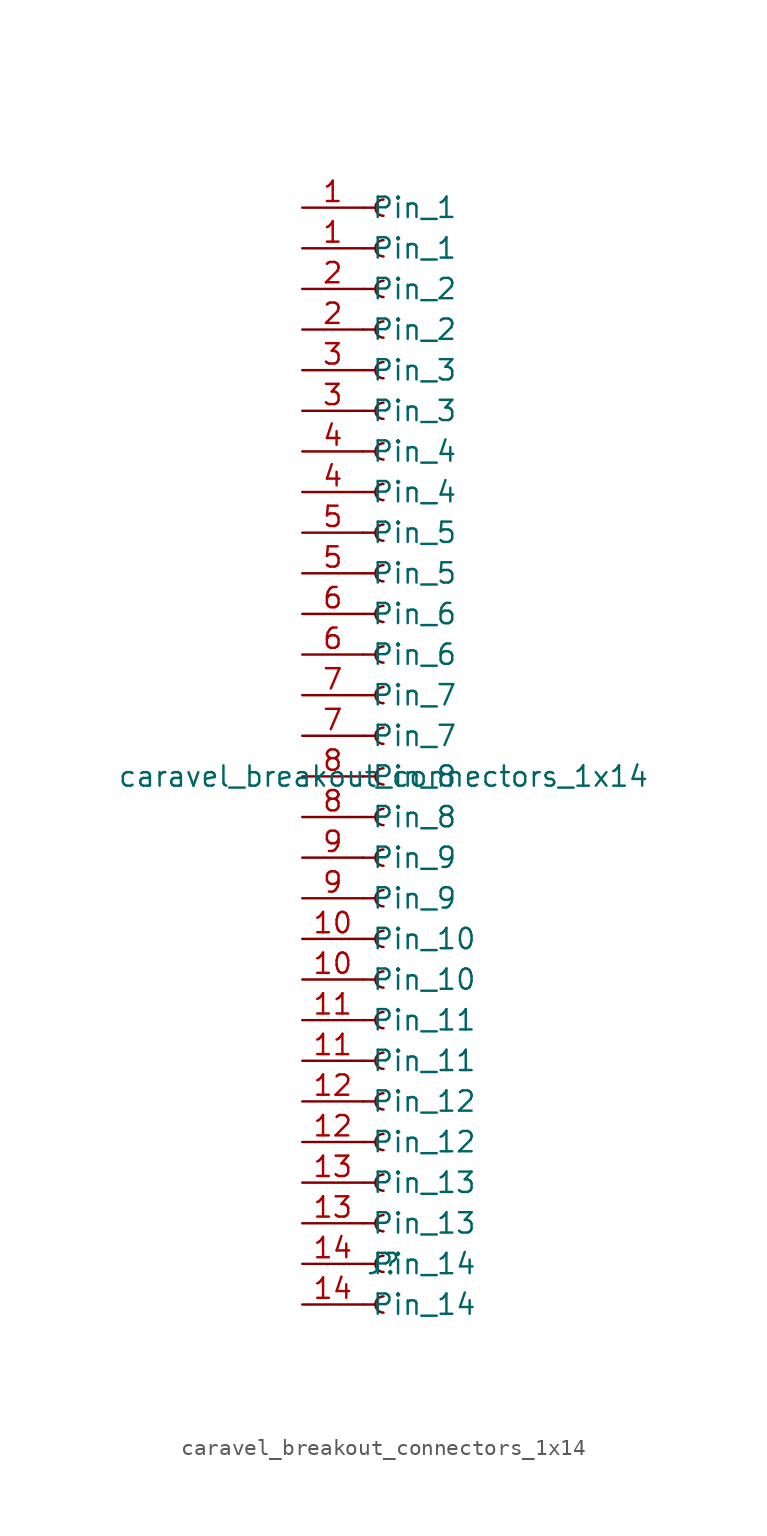
<source format=kicad_sym>
(kicad_symbol_lib
  (version 20211014)
  (generator kicad_symbol_editor)
  (symbol "caravel_breakout_connectors_1x14"
    (property "Reference" "J"
      (at 0 -30.48 0)
      (effects (font (size 1.27 1.27))))
    (property "Value" "caravel_breakout_connectors_1x14"
      (at 0 0 0)
      (effects (font (size 1.27 1.27))))
    (symbol "caravel_breakout_connectors_1x14_1_1"
      (arc (start 0 -32.512) (mid -0.508 -33.02) (end 0 -33.528) (stroke (width 0.1524) (type default) (color 0 0 0 0)) (fill (type none)))
      (arc (start 0 -29.972) (mid -0.508 -30.48) (end 0 -30.988) (stroke (width 0.1524) (type default) (color 0 0 0 0)) (fill (type none)))
      (arc (start 0 -27.432) (mid -0.508 -27.94) (end 0 -28.448) (stroke (width 0.1524) (type default) (color 0 0 0 0)) (fill (type none)))
      (arc (start 0 -24.892) (mid -0.508 -25.4) (end 0 -25.908) (stroke (width 0.1524) (type default) (color 0 0 0 0)) (fill (type none)))
      (arc (start 0 -22.352) (mid -0.508 -22.86) (end 0 -23.368) (stroke (width 0.1524) (type default) (color 0 0 0 0)) (fill (type none)))
      (arc (start 0 -19.812) (mid -0.508 -20.32) (end 0 -20.828) (stroke (width 0.1524) (type default) (color 0 0 0 0)) (fill (type none)))
      (arc (start 0 -17.272) (mid -0.508 -17.78) (end 0 -18.288) (stroke (width 0.1524) (type default) (color 0 0 0 0)) (fill (type none)))
      (arc (start 0 -14.732) (mid -0.508 -15.24) (end 0 -15.748) (stroke (width 0.1524) (type default) (color 0 0 0 0)) (fill (type none)))
      (arc (start 0 -12.192) (mid -0.508 -12.7) (end 0 -13.208) (stroke (width 0.1524) (type default) (color 0 0 0 0)) (fill (type none)))
      (arc (start 0 -9.652) (mid -0.508 -10.16) (end 0 -10.668) (stroke (width 0.1524) (type default) (color 0 0 0 0)) (fill (type none)))
      (arc (start 0 -7.112) (mid -0.508 -7.62) (end 0 -8.128) (stroke (width 0.1524) (type default) (color 0 0 0 0)) (fill (type none)))
      (arc (start 0 -4.572) (mid -0.508 -5.08) (end 0 -5.588) (stroke (width 0.1524) (type default) (color 0 0 0 0)) (fill (type none)))
      (arc (start 0 -2.032) (mid -0.508 -2.54) (end 0 -3.048) (stroke (width 0.1524) (type default) (color 0 0 0 0)) (fill (type none)))
      (polyline (pts (xy -1.27 -33.02) (xy -0.508 -33.02)) (stroke (width 0.152) (type default) (color 0 0 0 0)) (fill (type none)))
      (polyline (pts (xy -1.27 -30.48) (xy -0.508 -30.48)) (stroke (width 0.152) (type default) (color 0 0 0 0)) (fill (type none)))
      (polyline (pts (xy -1.27 -27.94) (xy -0.508 -27.94)) (stroke (width 0.152) (type default) (color 0 0 0 0)) (fill (type none)))
      (polyline (pts (xy -1.27 -25.4) (xy -0.508 -25.4)) (stroke (width 0.152) (type default) (color 0 0 0 0)) (fill (type none)))
      (polyline (pts (xy -1.27 -22.86) (xy -0.508 -22.86)) (stroke (width 0.152) (type default) (color 0 0 0 0)) (fill (type none)))
      (polyline (pts (xy -1.27 -20.32) (xy -0.508 -20.32)) (stroke (width 0.152) (type default) (color 0 0 0 0)) (fill (type none)))
      (polyline (pts (xy -1.27 -17.78) (xy -0.508 -17.78)) (stroke (width 0.152) (type default) (color 0 0 0 0)) (fill (type none)))
      (polyline (pts (xy -1.27 -15.24) (xy -0.508 -15.24)) (stroke (width 0.152) (type default) (color 0 0 0 0)) (fill (type none)))
      (polyline (pts (xy -1.27 -12.7) (xy -0.508 -12.7)) (stroke (width 0.152) (type default) (color 0 0 0 0)) (fill (type none)))
      (polyline (pts (xy -1.27 -10.16) (xy -0.508 -10.16)) (stroke (width 0.152) (type default) (color 0 0 0 0)) (fill (type none)))
      (polyline (pts (xy -1.27 -7.62) (xy -0.508 -7.62)) (stroke (width 0.152) (type default) (color 0 0 0 0)) (fill (type none)))
      (polyline (pts (xy -1.27 -5.08) (xy -0.508 -5.08)) (stroke (width 0.152) (type default) (color 0 0 0 0)) (fill (type none)))
      (polyline (pts (xy -1.27 -2.54) (xy -0.508 -2.54)) (stroke (width 0.152) (type default) (color 0 0 0 0)) (fill (type none)))
      (polyline (pts (xy -1.27 0) (xy -0.508 0)) (stroke (width 0.152) (type default) (color 0 0 0 0)) (fill (type none)))
      (polyline (pts (xy -1.27 2.54) (xy -0.508 2.54)) (stroke (width 0.152) (type default) (color 0 0 0 0)) (fill (type none)))
      (polyline (pts (xy -1.27 5.08) (xy -0.508 5.08)) (stroke (width 0.152) (type default) (color 0 0 0 0)) (fill (type none)))
      (polyline (pts (xy -1.27 7.62) (xy -0.508 7.62)) (stroke (width 0.152) (type default) (color 0 0 0 0)) (fill (type none)))
      (polyline (pts (xy -1.27 10.16) (xy -0.508 10.16)) (stroke (width 0.152) (type default) (color 0 0 0 0)) (fill (type none)))
      (polyline (pts (xy -1.27 12.7) (xy -0.508 12.7)) (stroke (width 0.152) (type default) (color 0 0 0 0)) (fill (type none)))
      (polyline (pts (xy -1.27 15.24) (xy -0.508 15.24)) (stroke (width 0.152) (type default) (color 0 0 0 0)) (fill (type none)))
      (polyline (pts (xy -1.27 17.78) (xy -0.508 17.78)) (stroke (width 0.152) (type default) (color 0 0 0 0)) (fill (type none)))
      (polyline (pts (xy -1.27 20.32) (xy -0.508 20.32)) (stroke (width 0.152) (type default) (color 0 0 0 0)) (fill (type none)))
      (polyline (pts (xy -1.27 22.86) (xy -0.508 22.86)) (stroke (width 0.152) (type default) (color 0 0 0 0)) (fill (type none)))
      (polyline (pts (xy -1.27 25.4) (xy -0.508 25.4)) (stroke (width 0.152) (type default) (color 0 0 0 0)) (fill (type none)))
      (polyline (pts (xy -1.27 27.94) (xy -0.508 27.94)) (stroke (width 0.152) (type default) (color 0 0 0 0)) (fill (type none)))
      (polyline (pts (xy -1.27 30.48) (xy -0.508 30.48)) (stroke (width 0.152) (type default) (color 0 0 0 0)) (fill (type none)))
      (polyline (pts (xy -1.27 33.02) (xy -0.508 33.02)) (stroke (width 0.152) (type default) (color 0 0 0 0)) (fill (type none)))
      (polyline (pts (xy -1.27 35.56) (xy -0.508 35.56)) (stroke (width 0.152) (type default) (color 0 0 0 0)) (fill (type none)))
      (arc (start 0 0.508) (mid -0.508 0) (end 0 -0.508) (stroke (width 0.1524) (type default) (color 0 0 0 0)) (fill (type none)))
      (arc (start 0 3.048) (mid -0.508 2.54) (end 0 2.032) (stroke (width 0.1524) (type default) (color 0 0 0 0)) (fill (type none)))
      (arc (start 0 5.588) (mid -0.508 5.08) (end 0 4.572) (stroke (width 0.1524) (type default) (color 0 0 0 0)) (fill (type none)))
      (arc (start 0 8.128) (mid -0.508 7.62) (end 0 7.112) (stroke (width 0.1524) (type default) (color 0 0 0 0)) (fill (type none)))
      (arc (start 0 10.668) (mid -0.508 10.16) (end 0 9.652) (stroke (width 0.1524) (type default) (color 0 0 0 0)) (fill (type none)))
      (arc (start 0 13.208) (mid -0.508 12.7) (end 0 12.192) (stroke (width 0.1524) (type default) (color 0 0 0 0)) (fill (type none)))
      (arc (start 0 15.748) (mid -0.508 15.24) (end 0 14.732) (stroke (width 0.1524) (type default) (color 0 0 0 0)) (fill (type none)))
      (arc (start 0 18.288) (mid -0.508 17.78) (end 0 17.272) (stroke (width 0.1524) (type default) (color 0 0 0 0)) (fill (type none)))
      (arc (start 0 20.828) (mid -0.508 20.32) (end 0 19.812) (stroke (width 0.1524) (type default) (color 0 0 0 0)) (fill (type none)))
      (arc (start 0 23.368) (mid -0.508 22.86) (end 0 22.352) (stroke (width 0.1524) (type default) (color 0 0 0 0)) (fill (type none)))
      (arc (start 0 25.908) (mid -0.508 25.4) (end 0 24.892) (stroke (width 0.1524) (type default) (color 0 0 0 0)) (fill (type none)))
      (arc (start 0 28.448) (mid -0.508 27.94) (end 0 27.432) (stroke (width 0.1524) (type default) (color 0 0 0 0)) (fill (type none)))
      (arc (start 0 30.988) (mid -0.508 30.48) (end 0 29.972) (stroke (width 0.1524) (type default) (color 0 0 0 0)) (fill (type none)))
      (arc (start 0 33.528) (mid -0.508 33.02) (end 0 32.512) (stroke (width 0.1524) (type default) (color 0 0 0 0)) (fill (type none)))
      (arc (start 0 36.068) (mid -0.508 35.56) (end 0 35.052) (stroke (width 0.1524) (type default) (color 0 0 0 0)) (fill (type none)))
      (pin passive line (at -5.08 33.02 0) (length 3.81) (name "Pin_1" (effects (font (size 1.27 1.27)))) (number "1" (effects (font (size 1.27 1.27)))))
      (pin passive line (at -5.08 35.56 0) (length 3.81) (name "Pin_1" (effects (font (size 1.27 1.27)))) (number "1" (effects (font (size 1.27 1.27)))))
      (pin passive line (at -5.08 -12.7 0) (length 3.81) (name "Pin_10" (effects (font (size 1.27 1.27)))) (number "10" (effects (font (size 1.27 1.27)))))
      (pin passive line (at -5.08 -10.16 0) (length 3.81) (name "Pin_10" (effects (font (size 1.27 1.27)))) (number "10" (effects (font (size 1.27 1.27)))))
      (pin passive line (at -5.08 -17.78 0) (length 3.81) (name "Pin_11" (effects (font (size 1.27 1.27)))) (number "11" (effects (font (size 1.27 1.27)))))
      (pin passive line (at -5.08 -15.24 0) (length 3.81) (name "Pin_11" (effects (font (size 1.27 1.27)))) (number "11" (effects (font (size 1.27 1.27)))))
      (pin passive line (at -5.08 -22.86 0) (length 3.81) (name "Pin_12" (effects (font (size 1.27 1.27)))) (number "12" (effects (font (size 1.27 1.27)))))
      (pin passive line (at -5.08 -20.32 0) (length 3.81) (name "Pin_12" (effects (font (size 1.27 1.27)))) (number "12" (effects (font (size 1.27 1.27)))))
      (pin passive line (at -5.08 -27.94 0) (length 3.81) (name "Pin_13" (effects (font (size 1.27 1.27)))) (number "13" (effects (font (size 1.27 1.27)))))
      (pin passive line (at -5.08 -25.4 0) (length 3.81) (name "Pin_13" (effects (font (size 1.27 1.27)))) (number "13" (effects (font (size 1.27 1.27)))))
      (pin passive line (at -5.08 -33.02 0) (length 3.81) (name "Pin_14" (effects (font (size 1.27 1.27)))) (number "14" (effects (font (size 1.27 1.27)))))
      (pin passive line (at -5.08 -30.48 0) (length 3.81) (name "Pin_14" (effects (font (size 1.27 1.27)))) (number "14" (effects (font (size 1.27 1.27)))))
      (pin passive line (at -5.08 27.94 0) (length 3.81) (name "Pin_2" (effects (font (size 1.27 1.27)))) (number "2" (effects (font (size 1.27 1.27)))))
      (pin passive line (at -5.08 30.48 0) (length 3.81) (name "Pin_2" (effects (font (size 1.27 1.27)))) (number "2" (effects (font (size 1.27 1.27)))))
      (pin passive line (at -5.08 22.86 0) (length 3.81) (name "Pin_3" (effects (font (size 1.27 1.27)))) (number "3" (effects (font (size 1.27 1.27)))))
      (pin passive line (at -5.08 25.4 0) (length 3.81) (name "Pin_3" (effects (font (size 1.27 1.27)))) (number "3" (effects (font (size 1.27 1.27)))))
      (pin passive line (at -5.08 17.78 0) (length 3.81) (name "Pin_4" (effects (font (size 1.27 1.27)))) (number "4" (effects (font (size 1.27 1.27)))))
      (pin passive line (at -5.08 20.32 0) (length 3.81) (name "Pin_4" (effects (font (size 1.27 1.27)))) (number "4" (effects (font (size 1.27 1.27)))))
      (pin passive line (at -5.08 12.7 0) (length 3.81) (name "Pin_5" (effects (font (size 1.27 1.27)))) (number "5" (effects (font (size 1.27 1.27)))))
      (pin passive line (at -5.08 15.24 0) (length 3.81) (name "Pin_5" (effects (font (size 1.27 1.27)))) (number "5" (effects (font (size 1.27 1.27)))))
      (pin passive line (at -5.08 7.62 0) (length 3.81) (name "Pin_6" (effects (font (size 1.27 1.27)))) (number "6" (effects (font (size 1.27 1.27)))))
      (pin passive line (at -5.08 10.16 0) (length 3.81) (name "Pin_6" (effects (font (size 1.27 1.27)))) (number "6" (effects (font (size 1.27 1.27)))))
      (pin passive line (at -5.08 2.54 0) (length 3.81) (name "Pin_7" (effects (font (size 1.27 1.27)))) (number "7" (effects (font (size 1.27 1.27)))))
      (pin passive line (at -5.08 5.08 0) (length 3.81) (name "Pin_7" (effects (font (size 1.27 1.27)))) (number "7" (effects (font (size 1.27 1.27)))))
      (pin passive line (at -5.08 -2.54 0) (length 3.81) (name "Pin_8" (effects (font (size 1.27 1.27)))) (number "8" (effects (font (size 1.27 1.27)))))
      (pin passive line (at -5.08 0 0) (length 3.81) (name "Pin_8" (effects (font (size 1.27 1.27)))) (number "8" (effects (font (size 1.27 1.27)))))
      (pin passive line (at -5.08 -7.62 0) (length 3.81) (name "Pin_9" (effects (font (size 1.27 1.27)))) (number "9" (effects (font (size 1.27 1.27)))))
      (pin passive line (at -5.08 -5.08 0) (length 3.81) (name "Pin_9" (effects (font (size 1.27 1.27)))) (number "9" (effects (font (size 1.27 1.27))))))))
</source>
